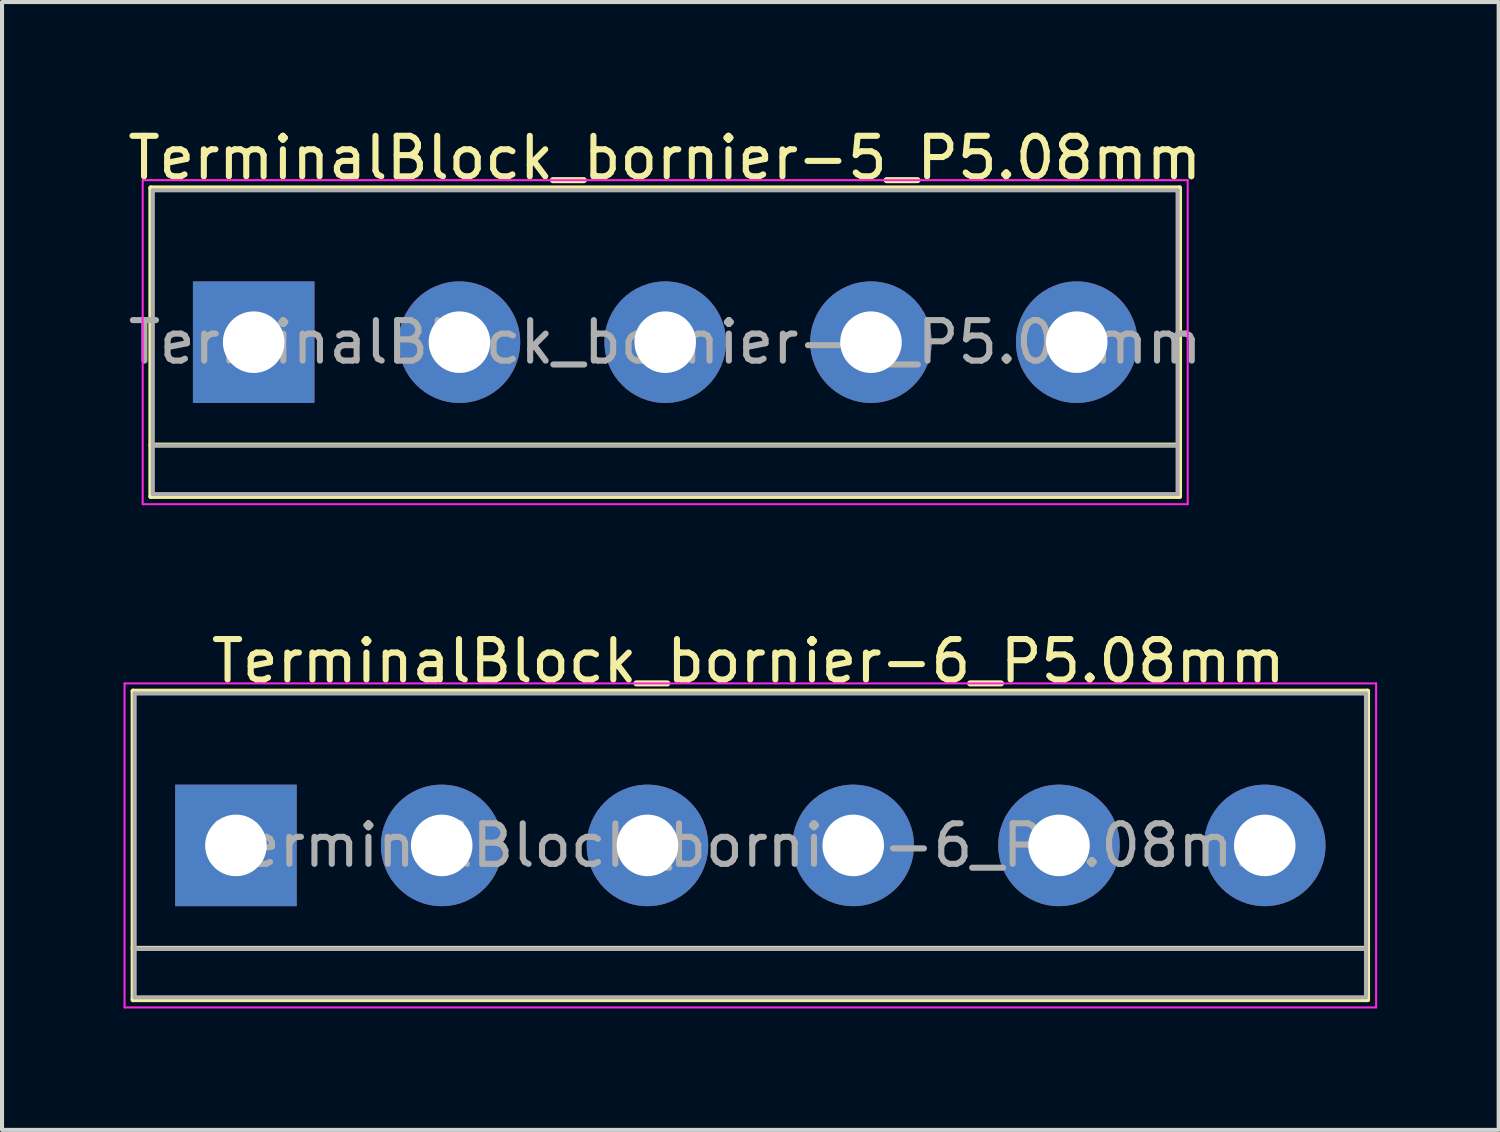
<source format=kicad_pcb>
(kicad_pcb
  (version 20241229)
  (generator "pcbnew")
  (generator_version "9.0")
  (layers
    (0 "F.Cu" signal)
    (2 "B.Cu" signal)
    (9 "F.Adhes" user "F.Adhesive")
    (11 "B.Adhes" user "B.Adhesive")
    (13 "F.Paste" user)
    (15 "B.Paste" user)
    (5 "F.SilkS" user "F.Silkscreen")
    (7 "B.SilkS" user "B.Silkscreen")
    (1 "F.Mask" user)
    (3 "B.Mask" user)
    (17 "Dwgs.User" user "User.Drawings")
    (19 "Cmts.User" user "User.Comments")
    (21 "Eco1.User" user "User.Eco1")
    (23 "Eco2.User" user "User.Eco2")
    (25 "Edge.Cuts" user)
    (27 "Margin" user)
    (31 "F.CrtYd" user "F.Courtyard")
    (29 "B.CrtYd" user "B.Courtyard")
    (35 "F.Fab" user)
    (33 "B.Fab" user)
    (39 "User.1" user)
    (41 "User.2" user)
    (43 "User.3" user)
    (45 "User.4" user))
  (footprint "TerminalBlock_bornier-5_P5.08mm"
    (layer "F.Cu")
    (at 3.213 5.398)
    (property "Reference" "TerminalBlock_bornier-5_P5.08mm" (at 10.15 -4.55 0) (layer "F.SilkS") (effects (font (size 1 1) (thickness 0.15))))
    (attr through_hole)
    (fp_line (start -2.54 -3.81) (end -2.54 3.81) (stroke (width 0.12) (type solid)) (layer "F.SilkS"))
    (fp_line (start -2.54 -3.81) (end 22.86 -3.81) (stroke (width 0.12) (type solid)) (layer "F.SilkS"))
    (fp_line (start -2.54 2.54) (end 22.86 2.54) (stroke (width 0.12) (type solid)) (layer "F.SilkS"))
    (fp_line (start -2.54 3.81) (end 22.86 3.81) (stroke (width 0.12) (type solid)) (layer "F.SilkS"))
    (fp_line (start 22.86 -3.81) (end 22.86 3.81) (stroke (width 0.12) (type solid)) (layer "F.SilkS"))
    (fp_line (start -2.74 -4) (end -2.74 4) (stroke (width 0.05) (type solid)) (layer "F.CrtYd"))
    (fp_line (start -2.74 -4) (end 23.06 -4) (stroke (width 0.05) (type solid)) (layer "F.CrtYd"))
    (fp_line (start 23.06 4) (end -2.74 4) (stroke (width 0.05) (type solid)) (layer "F.CrtYd"))
    (fp_line (start 23.06 4) (end 23.06 -4) (stroke (width 0.05) (type solid)) (layer "F.CrtYd"))
    (fp_line (start -2.49 -3.75) (end -2.49 3.75) (stroke (width 0.1) (type solid)) (layer "F.Fab"))
    (fp_line (start -2.49 2.55) (end 22.81 2.55) (stroke (width 0.1) (type solid)) (layer "F.Fab"))
    (fp_line (start -2.49 3.75) (end 22.81 3.75) (stroke (width 0.1) (type solid)) (layer "F.Fab"))
    (fp_line (start 22.81 -3.75) (end -2.49 -3.75) (stroke (width 0.1) (type solid)) (layer "F.Fab"))
    (fp_line (start 22.81 3.75) (end 22.81 -3.75) (stroke (width 0.1) (type solid)) (layer "F.Fab"))
    (fp_text user "${REFERENCE}" (at 10.16 0 0) (layer "F.Fab") (effects (font (size 1 1) (thickness 0.15))))
    (pad "1" thru_hole rect (at 0 0) (size 3 3) (drill 1.52) (layers "*.Cu" "*.Mask"))
    (pad "2" thru_hole circle (at 5.08 0) (size 3 3) (drill 1.52) (layers "*.Cu" "*.Mask"))
    (pad "3" thru_hole circle (at 10.16 0) (size 3 3) (drill 1.52) (layers "*.Cu" "*.Mask"))
    (pad "4" thru_hole circle (at 15.24 0) (size 3 3) (drill 1.52) (layers "*.Cu" "*.Mask"))
    (pad "5" thru_hole circle (at 20.32 0) (size 3 3) (drill 1.52) (layers "*.Cu" "*.Mask")))
  (footprint "TerminalBlock_bornier-6_P5.08mm"
    (layer "F.Cu")
    (at 2.775 17.822)
    (property "Reference" "TerminalBlock_bornier-6_P5.08mm" (at 12.65 -4.55 0) (layer "F.SilkS") (effects (font (size 1 1) (thickness 0.15))))
    (attr through_hole)
    (fp_line (start -2.54 -3.81) (end -2.54 3.81) (stroke (width 0.12) (type solid)) (layer "F.SilkS"))
    (fp_line (start -2.54 -3.81) (end 27.94 -3.81) (stroke (width 0.12) (type solid)) (layer "F.SilkS"))
    (fp_line (start -2.54 2.54) (end 27.94 2.54) (stroke (width 0.12) (type solid)) (layer "F.SilkS"))
    (fp_line (start -2.54 3.81) (end 27.94 3.81) (stroke (width 0.12) (type solid)) (layer "F.SilkS"))
    (fp_line (start 27.94 3.81) (end 27.94 -3.81) (stroke (width 0.12) (type solid)) (layer "F.SilkS"))
    (fp_line (start -2.75 -4) (end -2.75 4) (stroke (width 0.05) (type solid)) (layer "F.CrtYd"))
    (fp_line (start -2.75 -4) (end 28.15 -4) (stroke (width 0.05) (type solid)) (layer "F.CrtYd"))
    (fp_line (start 28.15 4) (end -2.75 4) (stroke (width 0.05) (type solid)) (layer "F.CrtYd"))
    (fp_line (start 28.15 4) (end 28.15 -4) (stroke (width 0.05) (type solid)) (layer "F.CrtYd"))
    (fp_line (start -2.5 -3.75) (end -2.5 3.75) (stroke (width 0.1) (type solid)) (layer "F.Fab"))
    (fp_line (start -2.5 2.55) (end 27.9 2.55) (stroke (width 0.1) (type solid)) (layer "F.Fab"))
    (fp_line (start -2.5 3.75) (end 27.9 3.75) (stroke (width 0.1) (type solid)) (layer "F.Fab"))
    (fp_line (start 27.9 -3.75) (end -2.5 -3.75) (stroke (width 0.1) (type solid)) (layer "F.Fab"))
    (fp_line (start 27.9 3.75) (end 27.9 -3.75) (stroke (width 0.1) (type solid)) (layer "F.Fab"))
    (fp_text user "${REFERENCE}" (at 12.7 0 0) (layer "F.Fab") (effects (font (size 1 1) (thickness 0.15))))
    (pad "1" thru_hole rect (at 0 0) (size 3 3) (drill 1.52) (layers "*.Cu" "*.Mask"))
    (pad "2" thru_hole circle (at 5.08 0) (size 3 3) (drill 1.52) (layers "*.Cu" "*.Mask"))
    (pad "3" thru_hole circle (at 10.16 0) (size 3 3) (drill 1.52) (layers "*.Cu" "*.Mask"))
    (pad "4" thru_hole circle (at 15.24 0) (size 3 3) (drill 1.52) (layers "*.Cu" "*.Mask"))
    (pad "5" thru_hole circle (at 20.32 0) (size 3 3) (drill 1.52) (layers "*.Cu" "*.Mask"))
    (pad "6" thru_hole circle (at 25.4 0) (size 3 3) (drill 1.52) (layers "*.Cu" "*.Mask")))
  (gr_rect
    (start -3 -3)
    (end 33.95 24.846)
    (stroke (width 0.1) (type default))
    (fill no)
    (layer "Edge.Cuts")))
</source>
